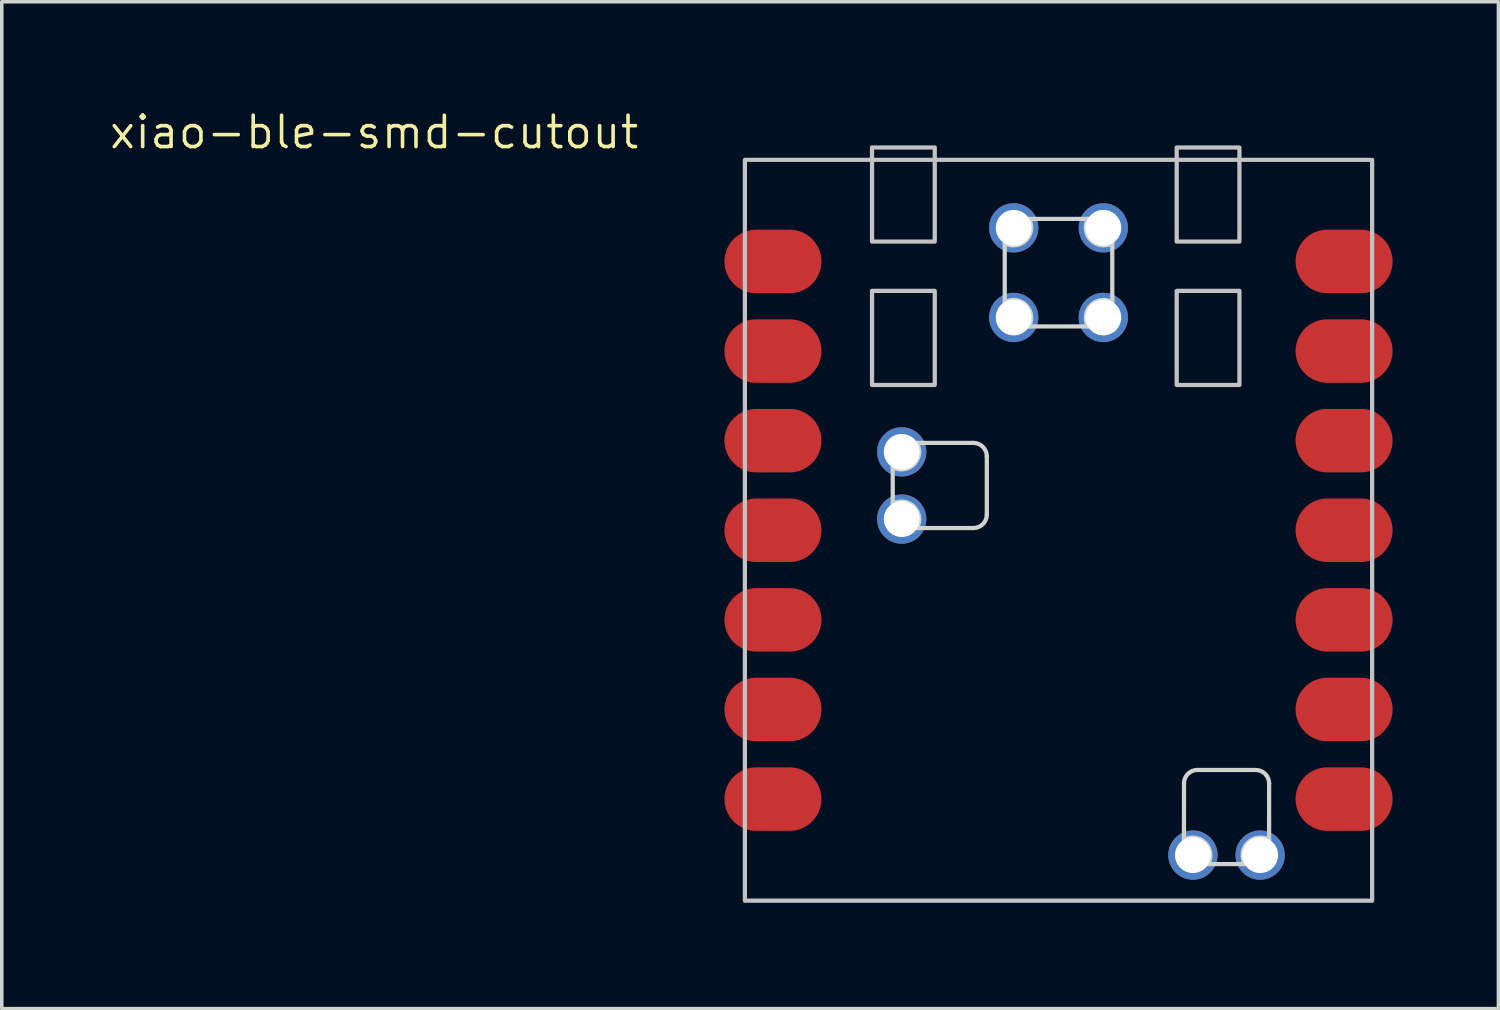
<source format=kicad_pcb>
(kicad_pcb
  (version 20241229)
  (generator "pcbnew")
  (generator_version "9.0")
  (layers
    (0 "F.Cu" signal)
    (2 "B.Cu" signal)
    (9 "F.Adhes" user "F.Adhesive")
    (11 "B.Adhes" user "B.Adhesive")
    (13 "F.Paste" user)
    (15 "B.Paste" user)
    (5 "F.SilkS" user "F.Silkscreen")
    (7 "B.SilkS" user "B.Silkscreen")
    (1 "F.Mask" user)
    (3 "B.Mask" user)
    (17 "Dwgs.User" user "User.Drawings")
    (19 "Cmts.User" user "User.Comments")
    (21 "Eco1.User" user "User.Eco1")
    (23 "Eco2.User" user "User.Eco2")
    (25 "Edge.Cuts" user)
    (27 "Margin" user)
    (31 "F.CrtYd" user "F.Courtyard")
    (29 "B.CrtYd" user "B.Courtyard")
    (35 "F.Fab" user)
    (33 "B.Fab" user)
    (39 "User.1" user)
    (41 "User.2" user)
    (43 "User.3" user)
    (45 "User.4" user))
  (footprint "xiao-ble-smd-cutout"
    (layer "F.Cu")
    (at 26.955 11.981)
    (property "Reference" "xiao-ble-smd-cutout" (at -19.399 -11.283 0) (layer "F.SilkS") (effects (font (size 0.889 0.889) (thickness 0.102))))
    (attr smd exclude_from_pos_files)
    (fp_rect (start -8.89 10.5) (end 8.89 -10.5) (stroke (width 0.12) (type solid)) (fill no) (layer "Dwgs.User"))
    (fp_rect (start -5.286 -6.786) (end -3.508 -4.119) (stroke (width 0.12) (type solid)) (fill no) (layer "Dwgs.User"))
    (fp_rect (start -3.508 -8.183) (end -5.286 -10.85) (stroke (width 0.12) (type solid)) (fill no) (layer "Dwgs.User"))
    (fp_rect (start 3.35 -10.85) (end 5.128 -8.183) (stroke (width 0.12) (type solid)) (fill no) (layer "Dwgs.User"))
    (fp_rect (start 3.35 -6.786) (end 5.128 -4.119) (stroke (width 0.12) (type solid)) (fill no) (layer "Dwgs.User"))
    (fp_line (start -4.699 -0.749) (end -4.699 -1.79) (stroke (width 0.12) (type solid)) (layer "Edge.Cuts"))
    (fp_line (start -4.013 -2.476) (end -2.413 -2.476) (stroke (width 0.12) (type solid)) (layer "Edge.Cuts"))
    (fp_line (start -2.413 -0.063) (end -4.013 -0.063) (stroke (width 0.12) (type solid)) (layer "Edge.Cuts"))
    (fp_line (start -2.032 -2.095) (end -2.032 -0.444) (stroke (width 0.12) (type solid)) (layer "Edge.Cuts"))
    (fp_line (start -1.524 -6.464) (end -1.524 -8.14) (stroke (width 0.12) (type solid)) (layer "Edge.Cuts"))
    (fp_line (start -0.838 -8.826) (end 0.838 -8.826) (stroke (width 0.12) (type solid)) (layer "Edge.Cuts"))
    (fp_line (start -0.838 -5.778) (end 0.838 -5.778) (stroke (width 0.12) (type solid)) (layer "Edge.Cuts"))
    (fp_line (start 1.524 -6.464) (end 1.524 -8.14) (stroke (width 0.12) (type solid)) (layer "Edge.Cuts"))
    (fp_line (start 3.556 8.776) (end 3.557 7.176) (stroke (width 0.12) (type solid)) (layer "Edge.Cuts"))
    (fp_line (start 3.938 6.795) (end 5.588 6.795) (stroke (width 0.12) (type solid)) (layer "Edge.Cuts"))
    (fp_line (start 5.283 9.462) (end 4.242 9.462) (stroke (width 0.12) (type solid)) (layer "Edge.Cuts"))
    (fp_line (start 5.97 7.176) (end 5.969 8.776) (stroke (width 0.12) (type solid)) (layer "Edge.Cuts"))
    (fp_arc (start -4.699 -0.7488) (mid -4.095391 -0.666609) (end -4.0132 -0.063) (stroke (width 0.12) (type solid)) (layer "Edge.Cuts"))
    (fp_arc (start -4.0132 -2.476) (mid -4.095391 -1.872391) (end -4.699 -1.7902) (stroke (width 0.12) (type solid)) (layer "Edge.Cuts"))
    (fp_arc (start -2.413 -2.476) (mid -2.143592 -2.364408) (end -2.032 -2.095) (stroke (width 0.12) (type solid)) (layer "Edge.Cuts"))
    (fp_arc (start -2.032 -0.444) (mid -2.143592 -0.174592) (end -2.413 -0.063) (stroke (width 0.12) (type solid)) (layer "Edge.Cuts"))
    (fp_arc (start -1.524 -6.4638) (mid -0.920391 -6.381609) (end -0.8382 -5.778) (stroke (width 0.12) (type solid)) (layer "Edge.Cuts"))
    (fp_arc (start -0.8382 -8.826) (mid -0.920391 -8.222391) (end -1.524 -8.1402) (stroke (width 0.12) (type solid)) (layer "Edge.Cuts"))
    (fp_arc (start 0.8382 -5.778) (mid 0.920391 -6.381609) (end 1.524 -6.4638) (stroke (width 0.12) (type solid)) (layer "Edge.Cuts"))
    (fp_arc (start 1.524 -8.1402) (mid 0.920391 -8.222391) (end 0.8382 -8.826) (stroke (width 0.12) (type solid)) (layer "Edge.Cuts"))
    (fp_arc (start 3.556 8.7762) (mid 4.159609 8.858391) (end 4.2418 9.462) (stroke (width 0.12) (type solid)) (layer "Edge.Cuts"))
    (fp_arc (start 3.5565 7.176) (mid 3.668092 6.906592) (end 3.9375 6.795) (stroke (width 0.12) (type solid)) (layer "Edge.Cuts"))
    (fp_arc (start 5.2832 9.462) (mid 5.365391 8.858391) (end 5.969 8.7762) (stroke (width 0.12) (type solid)) (layer "Edge.Cuts"))
    (fp_arc (start 5.5885 6.795) (mid 5.857908 6.906592) (end 5.9695 7.176) (stroke (width 0.12) (type solid)) (layer "Edge.Cuts"))
    (pad "1" smd oval (at -8.57 -7.62 180) (size 2.75 1.8) (drill (offset -0.475 0)) (layers "F.Cu" "F.Mask" "F.Paste"))
    (pad "2" smd oval (at -8.57 -5.08 180) (size 2.75 1.8) (drill (offset -0.475 0)) (layers "F.Cu" "F.Mask" "F.Paste"))
    (pad "3" smd oval (at -8.57 -2.54 180) (size 2.75 1.8) (drill (offset -0.475 0)) (layers "F.Cu" "F.Mask" "F.Paste"))
    (pad "4" smd oval (at -8.57 0 180) (size 2.75 1.8) (drill (offset -0.475 0)) (layers "F.Cu" "F.Mask" "F.Paste"))
    (pad "5" smd oval (at -8.57 2.54 180) (size 2.75 1.8) (drill (offset -0.475 0)) (layers "F.Cu" "F.Mask" "F.Paste"))
    (pad "6" smd oval (at -8.57 5.08 180) (size 2.75 1.8) (drill (offset -0.475 0)) (layers "F.Cu" "F.Mask" "F.Paste"))
    (pad "7" smd oval (at -8.57 7.62 180) (size 2.75 1.8) (drill (offset -0.475 0)) (layers "F.Cu" "F.Mask" "F.Paste"))
    (pad "8" smd oval (at 8.57 7.62) (size 2.75 1.8) (drill (offset -0.475 0)) (layers "F.Cu" "F.Mask" "F.Paste"))
    (pad "9" smd oval (at 8.57 5.08) (size 2.75 1.8) (drill (offset -0.475 0)) (layers "F.Cu" "F.Mask" "F.Paste"))
    (pad "10" smd oval (at 8.57 2.54) (size 2.75 1.8) (drill (offset -0.475 0)) (layers "F.Cu" "F.Mask" "F.Paste"))
    (pad "11" smd oval (at 8.57 0) (size 2.75 1.8) (drill (offset -0.475 0)) (layers "F.Cu" "F.Mask" "F.Paste"))
    (pad "12" smd oval (at 8.57 -2.54) (size 2.75 1.8) (drill (offset -0.475 0)) (layers "F.Cu" "F.Mask" "F.Paste"))
    (pad "13" smd oval (at 8.57 -5.08) (size 2.75 1.8) (drill (offset -0.475 0)) (layers "F.Cu" "F.Mask" "F.Paste"))
    (pad "14" smd oval (at 8.57 -7.62) (size 2.75 1.8) (drill (offset -0.475 0)) (layers "F.Cu" "F.Mask" "F.Paste"))
    (pad "15" thru_hole circle (at -1.27 -8.572 90) (size 1.397 1.397) (drill 1.016) (layers "*.Cu" "*.Mask"))
    (pad "16" thru_hole circle (at 1.27 -8.572 90) (size 1.397 1.397) (drill 1.016) (layers "*.Cu" "*.Mask"))
    (pad "17" thru_hole circle (at -1.27 -6.032 90) (size 1.397 1.397) (drill 1.016) (layers "*.Cu" "*.Mask"))
    (pad "18" thru_hole circle (at 1.27 -6.032 90) (size 1.397 1.397) (drill 1.016) (layers "*.Cu" "*.Mask"))
    (pad "19" thru_hole circle (at -4.445 -0.317 180) (size 1.397 1.397) (drill 1.016) (layers "*.Cu" "*.Mask"))
    (pad "20" thru_hole circle (at -4.445 -2.222 180) (size 1.397 1.397) (drill 1.016) (layers "*.Cu" "*.Mask"))
    (pad "21" thru_hole circle (at 3.81 9.208 180) (size 1.397 1.397) (drill 1.016) (layers "*.Cu" "*.Mask"))
    (pad "22" thru_hole circle (at 5.715 9.208 180) (size 1.397 1.397) (drill 1.016) (layers "*.Cu" "*.Mask")))
  (gr_rect
    (start -3 -3)
    (end 39.425 25.541)
    (stroke (width 0.1) (type default))
    (fill no)
    (layer "Edge.Cuts")))
</source>
